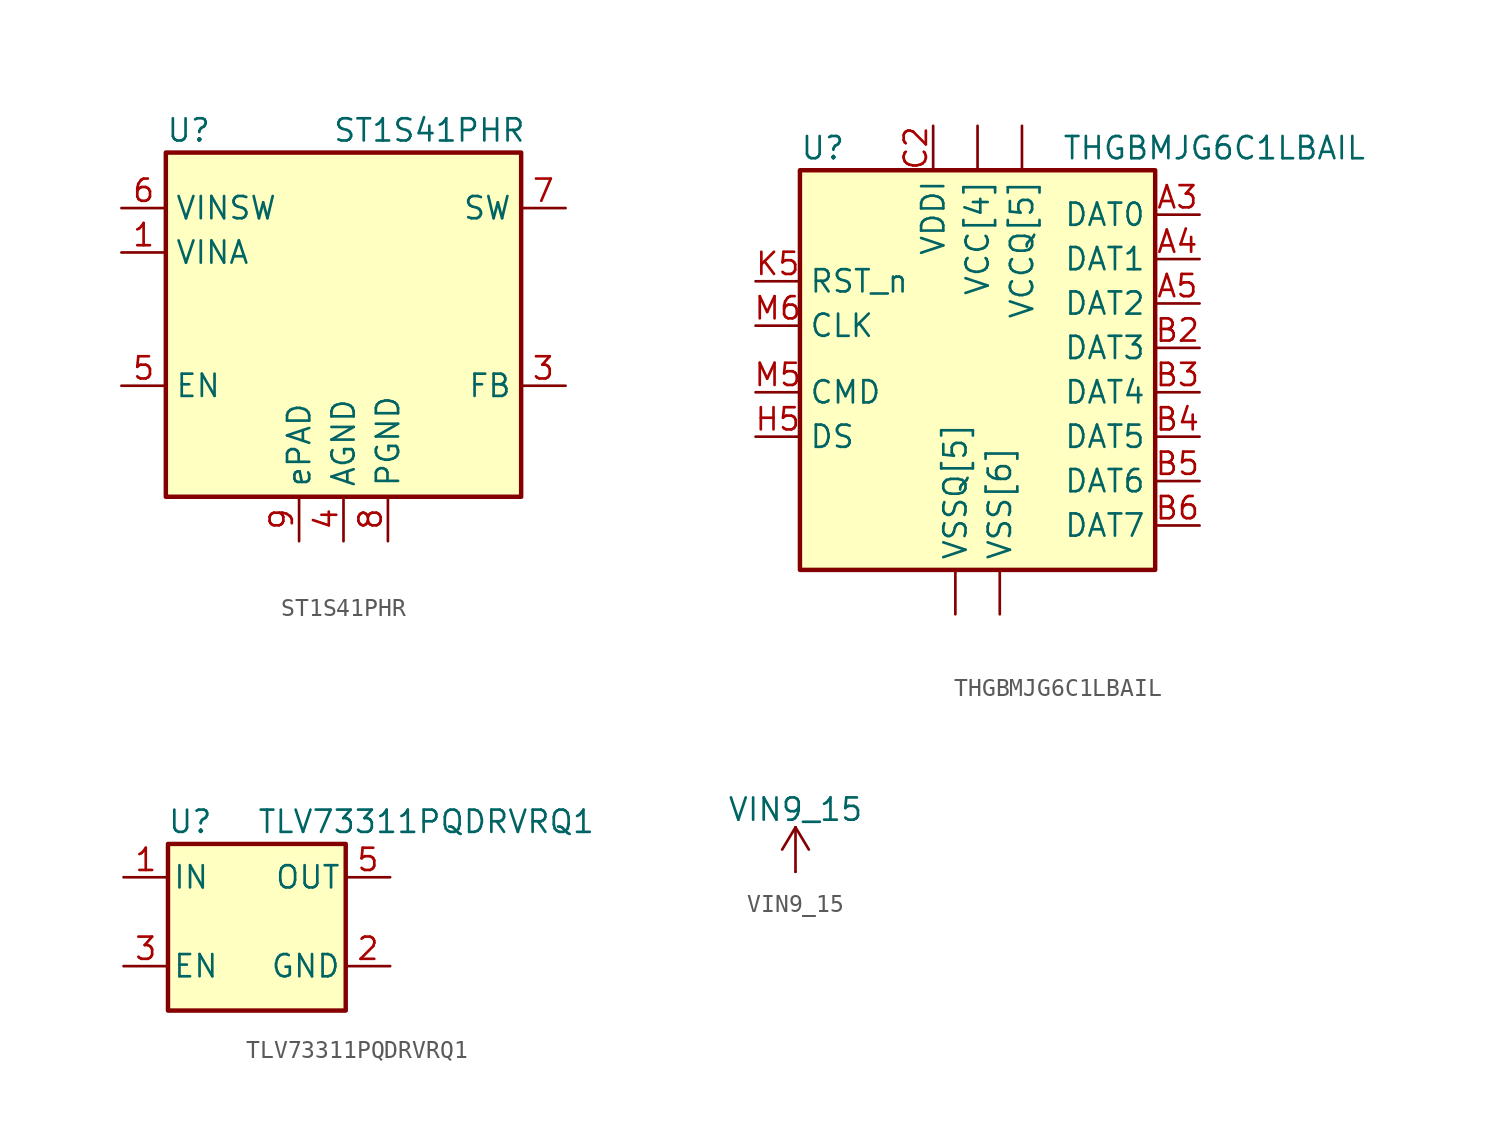
<source format=kicad_sym>
(kicad_symbol_lib
  (version 20231120)
  (generator "kicad_symbol_editor")
  (generator_version "8.0")
  (symbol "ST1S41PHR"
    (property "Reference" "U"
      (at -10.16 5.715 0)
      (effects (font (size 1.27 1.27)) (justify left)))
    (property "Value" "ST1S41PHR"
      (at -0.635 5.715 0)
      (effects (font (size 1.27 1.27)) (justify left)))
    (symbol "ST1S41PHR_0_1"
      (rectangle (start -10.16 4.445) (end 10.16 -15.24) (stroke (width 0.254) (type default)) (fill (type background))))
    (symbol "ST1S41PHR_1_1"
      (pin power_in line (at -12.7 -1.27 0) (length 2.54) (name "VINA" (effects (font (size 1.27 1.27)))) (number "1" (effects (font (size 1.27 1.27)))))
      (pin input line (at 12.7 -8.89 180) (length 2.54) (name "FB" (effects (font (size 1.27 1.27)))) (number "3" (effects (font (size 1.27 1.27)))))
      (pin power_in line (at 0 -17.78 90) (length 2.54) (name "AGND" (effects (font (size 1.27 1.27)))) (number "4" (effects (font (size 1.27 1.27)))))
      (pin input line (at -12.7 -8.89 0) (length 2.54) (name "EN" (effects (font (size 1.27 1.27)))) (number "5" (effects (font (size 1.27 1.27)))))
      (pin input line (at -12.7 1.27 0) (length 2.54) (name "VINSW" (effects (font (size 1.27 1.27)))) (number "6" (effects (font (size 1.27 1.27)))))
      (pin output line (at 12.7 1.27 180) (length 2.54) (name "SW" (effects (font (size 1.27 1.27)))) (number "7" (effects (font (size 1.27 1.27)))))
      (pin power_in line (at 2.54 -17.78 90) (length 2.54) (name "PGND" (effects (font (size 1.27 1.27)))) (number "8" (effects (font (size 1.27 1.27)))))
      (pin power_in line (at -2.54 -17.78 90) (length 2.54) (name "ePAD" (effects (font (size 1.27 1.27)))) (number "9" (effects (font (size 1.27 1.27)))))))
  (symbol "THGBMJG6C1LBAIL"
    (property "Reference" "U"
      (at -10.16 30.48 0)
      (effects (font (size 1.27 1.27)) (justify left)))
    (property "Value" "THGBMJG6C1LBAIL"
      (at 4.826 30.48 0)
      (effects (font (size 1.27 1.27)) (justify left)))
    (symbol "THGBMJG6C1LBAIL_0_0"
      (pin unspecified line (at 2.54 31.75 270) (length 2.54) (name "VCCQ[5]" (effects (font (size 1.27 1.27)))) (number "" (effects (font (size 1.27 1.27)))))
      (pin unspecified line (at 0 31.75 270) (length 2.54) (name "VCC[4]" (effects (font (size 1.27 1.27)))) (number "" (effects (font (size 1.27 1.27)))))
      (pin unspecified line (at -1.27 3.81 90) (length 2.54) (name "VSSQ[5]" (effects (font (size 1.27 1.27)))) (number "" (effects (font (size 1.27 1.27)))))
      (pin unspecified line (at 1.27 3.81 90) (length 2.54) (name "VSS[6]" (effects (font (size 1.27 1.27)))) (number "" (effects (font (size 1.27 1.27)))))
      (pin unspecified line (at 12.7 26.67 180) (length 2.54) (name "DAT0" (effects (font (size 1.27 1.27)))) (number "A3" (effects (font (size 1.27 1.27)))))
      (pin unspecified line (at 12.7 24.13 180) (length 2.54) (name "DAT1" (effects (font (size 1.27 1.27)))) (number "A4" (effects (font (size 1.27 1.27)))))
      (pin unspecified line (at 12.7 21.59 180) (length 2.54) (name "DAT2" (effects (font (size 1.27 1.27)))) (number "A5" (effects (font (size 1.27 1.27)))))
      (pin unspecified line (at 1.27 3.81 90) (length 2.54) hide (name "VSS" (effects (font (size 1.27 1.27)))) (number "A6" (effects (font (size 1.27 1.27)))))
      (pin unspecified line (at 12.7 19.05 180) (length 2.54) (name "DAT3" (effects (font (size 1.27 1.27)))) (number "B2" (effects (font (size 1.27 1.27)))))
      (pin unspecified line (at 12.7 16.51 180) (length 2.54) (name "DAT4" (effects (font (size 1.27 1.27)))) (number "B3" (effects (font (size 1.27 1.27)))))
      (pin unspecified line (at 12.7 13.97 180) (length 2.54) (name "DAT5" (effects (font (size 1.27 1.27)))) (number "B4" (effects (font (size 1.27 1.27)))))
      (pin unspecified line (at 12.7 11.43 180) (length 2.54) (name "DAT6" (effects (font (size 1.27 1.27)))) (number "B5" (effects (font (size 1.27 1.27)))))
      (pin unspecified line (at 12.7 8.89 180) (length 2.54) (name "DAT7" (effects (font (size 1.27 1.27)))) (number "B6" (effects (font (size 1.27 1.27)))))
      (pin unspecified line (at -2.54 31.75 270) (length 2.54) (name "VDDI" (effects (font (size 1.27 1.27)))) (number "C2" (effects (font (size 1.27 1.27)))))
      (pin unspecified line (at -1.27 3.81 90) (length 2.54) hide (name "VSSQ" (effects (font (size 1.27 1.27)))) (number "C4" (effects (font (size 1.27 1.27)))))
      (pin unspecified line (at 2.54 31.75 270) (length 2.54) hide (name "VCCQ" (effects (font (size 1.27 1.27)))) (number "C6" (effects (font (size 1.27 1.27)))))
      (pin unspecified line (at 0 31.75 270) (length 2.54) hide (name "VCC" (effects (font (size 1.27 1.27)))) (number "E6" (effects (font (size 1.27 1.27)))))
      (pin unspecified line (at 1.27 3.81 90) (length 2.54) hide (name "VSS" (effects (font (size 1.27 1.27)))) (number "E7" (effects (font (size 1.27 1.27)))))
      (pin unspecified line (at 0 31.75 270) (length 2.54) hide (name "VCC" (effects (font (size 1.27 1.27)))) (number "F5" (effects (font (size 1.27 1.27)))))
      (pin unspecified line (at 1.27 3.81 90) (length 2.54) hide (name "VSS" (effects (font (size 1.27 1.27)))) (number "G5" (effects (font (size 1.27 1.27)))))
      (pin unspecified line (at 1.27 3.81 90) (length 2.54) hide (name "VSS" (effects (font (size 1.27 1.27)))) (number "H10" (effects (font (size 1.27 1.27)))))
      (pin unspecified line (at -12.7 13.97 0) (length 2.54) (name "DS" (effects (font (size 1.27 1.27)))) (number "H5" (effects (font (size 1.27 1.27)))))
      (pin unspecified line (at 0 31.75 270) (length 2.54) hide (name "VCC" (effects (font (size 1.27 1.27)))) (number "J10" (effects (font (size 1.27 1.27)))))
      (pin unspecified line (at 1.27 3.81 90) (length 2.54) hide (name "VSS" (effects (font (size 1.27 1.27)))) (number "J5" (effects (font (size 1.27 1.27)))))
      (pin unspecified line (at -12.7 22.86 0) (length 2.54) (name "RST_n" (effects (font (size 1.27 1.27)))) (number "K5" (effects (font (size 1.27 1.27)))))
      (pin unspecified line (at 1.27 3.81 90) (length 2.54) hide (name "VSS" (effects (font (size 1.27 1.27)))) (number "K8" (effects (font (size 1.27 1.27)))))
      (pin unspecified line (at 0 31.75 270) (length 2.54) hide (name "VCC" (effects (font (size 1.27 1.27)))) (number "K9" (effects (font (size 1.27 1.27)))))
      (pin unspecified line (at 2.54 31.75 270) (length 2.54) hide (name "VCCQ" (effects (font (size 1.27 1.27)))) (number "M4" (effects (font (size 1.27 1.27)))))
      (pin unspecified line (at -12.7 16.51 0) (length 2.54) (name "CMD" (effects (font (size 1.27 1.27)))) (number "M5" (effects (font (size 1.27 1.27)))))
      (pin unspecified line (at -12.7 20.32 0) (length 2.54) (name "CLK" (effects (font (size 1.27 1.27)))) (number "M6" (effects (font (size 1.27 1.27)))))
      (pin unspecified line (at -1.27 3.81 90) (length 2.54) hide (name "VSSQ" (effects (font (size 1.27 1.27)))) (number "N2" (effects (font (size 1.27 1.27)))))
      (pin unspecified line (at 2.54 31.75 270) (length 2.54) hide (name "VCCQ" (effects (font (size 1.27 1.27)))) (number "N4" (effects (font (size 1.27 1.27)))))
      (pin unspecified line (at -1.27 3.81 90) (length 2.54) hide (name "VSSQ" (effects (font (size 1.27 1.27)))) (number "N5" (effects (font (size 1.27 1.27)))))
      (pin unspecified line (at 2.54 31.75 270) (length 2.54) hide (name "VCCQ" (effects (font (size 1.27 1.27)))) (number "P3" (effects (font (size 1.27 1.27)))))
      (pin unspecified line (at -1.27 3.81 90) (length 2.54) hide (name "VSSQ" (effects (font (size 1.27 1.27)))) (number "P4" (effects (font (size 1.27 1.27)))))
      (pin unspecified line (at 2.54 31.75 270) (length 2.54) hide (name "VCCQ" (effects (font (size 1.27 1.27)))) (number "P5" (effects (font (size 1.27 1.27)))))
      (pin unspecified line (at -1.27 3.81 90) (length 2.54) hide (name "VSSQ" (effects (font (size 1.27 1.27)))) (number "P6" (effects (font (size 1.27 1.27))))))
    (symbol "THGBMJG6C1LBAIL_0_1"
      (rectangle (start -10.16 29.21) (end 10.16 6.35) (stroke (width 0.254) (type default)) (fill (type background)))))
  (symbol "TLV73311PQDRVRQ1"
    (pin_names
      (offset 0.254))
    (property "Reference" "U"
      (at -3.81 5.715 0)
      (effects (font (size 1.27 1.27))))
    (property "Value" "TLV73311PQDRVRQ1"
      (at 0 5.715 0)
      (effects (font (size 1.27 1.27)) (justify left)))
    (symbol "TLV73311PQDRVRQ1_0_1"
      (rectangle (start -5.08 4.445) (end 5.08 -5.08) (stroke (width 0.254) (type default)) (fill (type background))))
    (symbol "TLV73311PQDRVRQ1_1_1"
      (pin power_in line (at -7.62 2.54 0) (length 2.54) (name "IN" (effects (font (size 1.27 1.27)))) (number "1" (effects (font (size 1.27 1.27)))))
      (pin power_in line (at 7.62 -2.54 180) (length 2.54) (name "GND" (effects (font (size 1.27 1.27)))) (number "2" (effects (font (size 1.27 1.27)))))
      (pin input line (at -7.62 -2.54 0) (length 2.54) (name "EN" (effects (font (size 1.27 1.27)))) (number "3" (effects (font (size 1.27 1.27)))))
      (pin power_out line (at 7.62 2.54 180) (length 2.54) (name "OUT" (effects (font (size 1.27 1.27)))) (number "5" (effects (font (size 1.27 1.27)))))))
  (symbol "VIN9_15"
    (power)
    (pin_numbers hide)
    (pin_names
      (offset 0) hide)
    (property "Reference" "#PWR"
      (at 0 -3.81 0)
      (effects (font (size 1.27 1.27)) (hide yes)))
    (property "Value" "VIN9_15"
      (at 0 3.556 0)
      (effects (font (size 1.27 1.27))))
    (symbol "VIN9_15_0_1"
      (polyline (pts (xy -0.762 1.27) (xy 0 2.54)) (stroke (width 0) (type default)) (fill (type none)))
      (polyline (pts (xy 0 0) (xy 0 2.54)) (stroke (width 0) (type default)) (fill (type none)))
      (polyline (pts (xy 0 2.54) (xy 0.762 1.27)) (stroke (width 0) (type default)) (fill (type none))))
    (symbol "VIN9_15_1_1"
      (pin power_in line (at 0 0 90) (length 0) (name "~" (effects (font (size 1.27 1.27)))) (number "1" (effects (font (size 1.27 1.27))))))))
</source>
